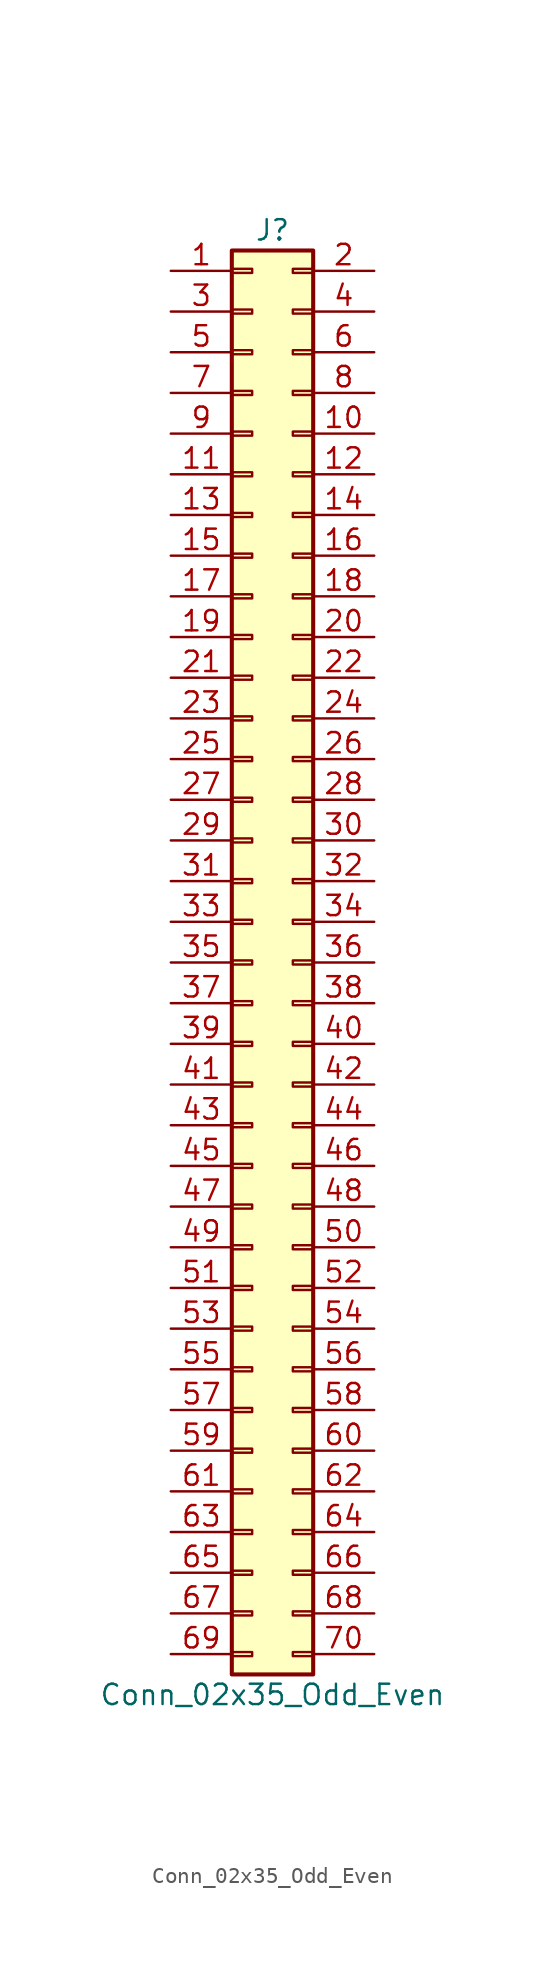
<source format=kicad_sym>
(kicad_symbol_lib
  (version 20211014)
  (generator kicad_symbol_editor)
  (symbol "Conn_02x35_Odd_Even"
    (pin_names
      (offset 1.016) hide)
    (property "Reference" "J"
      (at 1.27 45.72 0)
      (effects (font (size 1.27 1.27))))
    (property "Value" "Conn_02x35_Odd_Even"
      (at 1.27 -45.72 0)
      (effects (font (size 1.27 1.27))))
    (symbol "Conn_02x35_Odd_Even_1_1"
      (rectangle (start -1.27 -43.053) (end 0 -43.307) (stroke (width 0.152) (type default) (color 0 0 0 0)) (fill (type none)))
      (rectangle (start -1.27 -40.513) (end 0 -40.767) (stroke (width 0.152) (type default) (color 0 0 0 0)) (fill (type none)))
      (rectangle (start -1.27 -37.973) (end 0 -38.227) (stroke (width 0.152) (type default) (color 0 0 0 0)) (fill (type none)))
      (rectangle (start -1.27 -35.433) (end 0 -35.687) (stroke (width 0.152) (type default) (color 0 0 0 0)) (fill (type none)))
      (rectangle (start -1.27 -32.893) (end 0 -33.147) (stroke (width 0.152) (type default) (color 0 0 0 0)) (fill (type none)))
      (rectangle (start -1.27 -30.353) (end 0 -30.607) (stroke (width 0.152) (type default) (color 0 0 0 0)) (fill (type none)))
      (rectangle (start -1.27 -27.813) (end 0 -28.067) (stroke (width 0.152) (type default) (color 0 0 0 0)) (fill (type none)))
      (rectangle (start -1.27 -25.273) (end 0 -25.527) (stroke (width 0.152) (type default) (color 0 0 0 0)) (fill (type none)))
      (rectangle (start -1.27 -22.733) (end 0 -22.987) (stroke (width 0.152) (type default) (color 0 0 0 0)) (fill (type none)))
      (rectangle (start -1.27 -20.193) (end 0 -20.447) (stroke (width 0.152) (type default) (color 0 0 0 0)) (fill (type none)))
      (rectangle (start -1.27 -17.653) (end 0 -17.907) (stroke (width 0.152) (type default) (color 0 0 0 0)) (fill (type none)))
      (rectangle (start -1.27 -15.113) (end 0 -15.367) (stroke (width 0.152) (type default) (color 0 0 0 0)) (fill (type none)))
      (rectangle (start -1.27 -12.573) (end 0 -12.827) (stroke (width 0.152) (type default) (color 0 0 0 0)) (fill (type none)))
      (rectangle (start -1.27 -10.033) (end 0 -10.287) (stroke (width 0.152) (type default) (color 0 0 0 0)) (fill (type none)))
      (rectangle (start -1.27 -7.493) (end 0 -7.747) (stroke (width 0.152) (type default) (color 0 0 0 0)) (fill (type none)))
      (rectangle (start -1.27 -4.953) (end 0 -5.207) (stroke (width 0.152) (type default) (color 0 0 0 0)) (fill (type none)))
      (rectangle (start -1.27 -2.413) (end 0 -2.667) (stroke (width 0.152) (type default) (color 0 0 0 0)) (fill (type none)))
      (rectangle (start -1.27 0.127) (end 0 -0.127) (stroke (width 0.152) (type default) (color 0 0 0 0)) (fill (type none)))
      (rectangle (start -1.27 2.667) (end 0 2.413) (stroke (width 0.152) (type default) (color 0 0 0 0)) (fill (type none)))
      (rectangle (start -1.27 5.207) (end 0 4.953) (stroke (width 0.152) (type default) (color 0 0 0 0)) (fill (type none)))
      (rectangle (start -1.27 7.747) (end 0 7.493) (stroke (width 0.152) (type default) (color 0 0 0 0)) (fill (type none)))
      (rectangle (start -1.27 10.287) (end 0 10.033) (stroke (width 0.152) (type default) (color 0 0 0 0)) (fill (type none)))
      (rectangle (start -1.27 12.827) (end 0 12.573) (stroke (width 0.152) (type default) (color 0 0 0 0)) (fill (type none)))
      (rectangle (start -1.27 15.367) (end 0 15.113) (stroke (width 0.152) (type default) (color 0 0 0 0)) (fill (type none)))
      (rectangle (start -1.27 17.907) (end 0 17.653) (stroke (width 0.152) (type default) (color 0 0 0 0)) (fill (type none)))
      (rectangle (start -1.27 20.447) (end 0 20.193) (stroke (width 0.152) (type default) (color 0 0 0 0)) (fill (type none)))
      (rectangle (start -1.27 22.987) (end 0 22.733) (stroke (width 0.152) (type default) (color 0 0 0 0)) (fill (type none)))
      (rectangle (start -1.27 25.527) (end 0 25.273) (stroke (width 0.152) (type default) (color 0 0 0 0)) (fill (type none)))
      (rectangle (start -1.27 28.067) (end 0 27.813) (stroke (width 0.152) (type default) (color 0 0 0 0)) (fill (type none)))
      (rectangle (start -1.27 30.607) (end 0 30.353) (stroke (width 0.152) (type default) (color 0 0 0 0)) (fill (type none)))
      (rectangle (start -1.27 33.147) (end 0 32.893) (stroke (width 0.152) (type default) (color 0 0 0 0)) (fill (type none)))
      (rectangle (start -1.27 35.687) (end 0 35.433) (stroke (width 0.152) (type default) (color 0 0 0 0)) (fill (type none)))
      (rectangle (start -1.27 38.227) (end 0 37.973) (stroke (width 0.152) (type default) (color 0 0 0 0)) (fill (type none)))
      (rectangle (start -1.27 40.767) (end 0 40.513) (stroke (width 0.152) (type default) (color 0 0 0 0)) (fill (type none)))
      (rectangle (start -1.27 43.307) (end 0 43.053) (stroke (width 0.152) (type default) (color 0 0 0 0)) (fill (type none)))
      (rectangle (start -1.27 44.45) (end 3.81 -44.45) (stroke (width 0.254) (type default) (color 0 0 0 0)) (fill (type background)))
      (rectangle (start 3.81 -43.053) (end 2.54 -43.307) (stroke (width 0.152) (type default) (color 0 0 0 0)) (fill (type none)))
      (rectangle (start 3.81 -40.513) (end 2.54 -40.767) (stroke (width 0.152) (type default) (color 0 0 0 0)) (fill (type none)))
      (rectangle (start 3.81 -37.973) (end 2.54 -38.227) (stroke (width 0.152) (type default) (color 0 0 0 0)) (fill (type none)))
      (rectangle (start 3.81 -35.433) (end 2.54 -35.687) (stroke (width 0.152) (type default) (color 0 0 0 0)) (fill (type none)))
      (rectangle (start 3.81 -32.893) (end 2.54 -33.147) (stroke (width 0.152) (type default) (color 0 0 0 0)) (fill (type none)))
      (rectangle (start 3.81 -30.353) (end 2.54 -30.607) (stroke (width 0.152) (type default) (color 0 0 0 0)) (fill (type none)))
      (rectangle (start 3.81 -27.813) (end 2.54 -28.067) (stroke (width 0.152) (type default) (color 0 0 0 0)) (fill (type none)))
      (rectangle (start 3.81 -25.273) (end 2.54 -25.527) (stroke (width 0.152) (type default) (color 0 0 0 0)) (fill (type none)))
      (rectangle (start 3.81 -22.733) (end 2.54 -22.987) (stroke (width 0.152) (type default) (color 0 0 0 0)) (fill (type none)))
      (rectangle (start 3.81 -20.193) (end 2.54 -20.447) (stroke (width 0.152) (type default) (color 0 0 0 0)) (fill (type none)))
      (rectangle (start 3.81 -17.653) (end 2.54 -17.907) (stroke (width 0.152) (type default) (color 0 0 0 0)) (fill (type none)))
      (rectangle (start 3.81 -15.113) (end 2.54 -15.367) (stroke (width 0.152) (type default) (color 0 0 0 0)) (fill (type none)))
      (rectangle (start 3.81 -12.573) (end 2.54 -12.827) (stroke (width 0.152) (type default) (color 0 0 0 0)) (fill (type none)))
      (rectangle (start 3.81 -10.033) (end 2.54 -10.287) (stroke (width 0.152) (type default) (color 0 0 0 0)) (fill (type none)))
      (rectangle (start 3.81 -7.493) (end 2.54 -7.747) (stroke (width 0.152) (type default) (color 0 0 0 0)) (fill (type none)))
      (rectangle (start 3.81 -4.953) (end 2.54 -5.207) (stroke (width 0.152) (type default) (color 0 0 0 0)) (fill (type none)))
      (rectangle (start 3.81 -2.413) (end 2.54 -2.667) (stroke (width 0.152) (type default) (color 0 0 0 0)) (fill (type none)))
      (rectangle (start 3.81 0.127) (end 2.54 -0.127) (stroke (width 0.152) (type default) (color 0 0 0 0)) (fill (type none)))
      (rectangle (start 3.81 2.667) (end 2.54 2.413) (stroke (width 0.152) (type default) (color 0 0 0 0)) (fill (type none)))
      (rectangle (start 3.81 5.207) (end 2.54 4.953) (stroke (width 0.152) (type default) (color 0 0 0 0)) (fill (type none)))
      (rectangle (start 3.81 7.747) (end 2.54 7.493) (stroke (width 0.152) (type default) (color 0 0 0 0)) (fill (type none)))
      (rectangle (start 3.81 10.287) (end 2.54 10.033) (stroke (width 0.152) (type default) (color 0 0 0 0)) (fill (type none)))
      (rectangle (start 3.81 12.827) (end 2.54 12.573) (stroke (width 0.152) (type default) (color 0 0 0 0)) (fill (type none)))
      (rectangle (start 3.81 15.367) (end 2.54 15.113) (stroke (width 0.152) (type default) (color 0 0 0 0)) (fill (type none)))
      (rectangle (start 3.81 17.907) (end 2.54 17.653) (stroke (width 0.152) (type default) (color 0 0 0 0)) (fill (type none)))
      (rectangle (start 3.81 20.447) (end 2.54 20.193) (stroke (width 0.152) (type default) (color 0 0 0 0)) (fill (type none)))
      (rectangle (start 3.81 22.987) (end 2.54 22.733) (stroke (width 0.152) (type default) (color 0 0 0 0)) (fill (type none)))
      (rectangle (start 3.81 25.527) (end 2.54 25.273) (stroke (width 0.152) (type default) (color 0 0 0 0)) (fill (type none)))
      (rectangle (start 3.81 28.067) (end 2.54 27.813) (stroke (width 0.152) (type default) (color 0 0 0 0)) (fill (type none)))
      (rectangle (start 3.81 30.607) (end 2.54 30.353) (stroke (width 0.152) (type default) (color 0 0 0 0)) (fill (type none)))
      (rectangle (start 3.81 33.147) (end 2.54 32.893) (stroke (width 0.152) (type default) (color 0 0 0 0)) (fill (type none)))
      (rectangle (start 3.81 35.687) (end 2.54 35.433) (stroke (width 0.152) (type default) (color 0 0 0 0)) (fill (type none)))
      (rectangle (start 3.81 38.227) (end 2.54 37.973) (stroke (width 0.152) (type default) (color 0 0 0 0)) (fill (type none)))
      (rectangle (start 3.81 40.767) (end 2.54 40.513) (stroke (width 0.152) (type default) (color 0 0 0 0)) (fill (type none)))
      (rectangle (start 3.81 43.307) (end 2.54 43.053) (stroke (width 0.152) (type default) (color 0 0 0 0)) (fill (type none)))
      (pin passive line (at -5.08 43.18 0) (length 3.81) (name "Pin_1" (effects (font (size 1.27 1.27)))) (number "1" (effects (font (size 1.27 1.27)))))
      (pin passive line (at 7.62 33.02 180) (length 3.81) (name "Pin_10" (effects (font (size 1.27 1.27)))) (number "10" (effects (font (size 1.27 1.27)))))
      (pin passive line (at -5.08 30.48 0) (length 3.81) (name "Pin_11" (effects (font (size 1.27 1.27)))) (number "11" (effects (font (size 1.27 1.27)))))
      (pin passive line (at 7.62 30.48 180) (length 3.81) (name "Pin_12" (effects (font (size 1.27 1.27)))) (number "12" (effects (font (size 1.27 1.27)))))
      (pin passive line (at -5.08 27.94 0) (length 3.81) (name "Pin_13" (effects (font (size 1.27 1.27)))) (number "13" (effects (font (size 1.27 1.27)))))
      (pin passive line (at 7.62 27.94 180) (length 3.81) (name "Pin_14" (effects (font (size 1.27 1.27)))) (number "14" (effects (font (size 1.27 1.27)))))
      (pin passive line (at -5.08 25.4 0) (length 3.81) (name "Pin_15" (effects (font (size 1.27 1.27)))) (number "15" (effects (font (size 1.27 1.27)))))
      (pin passive line (at 7.62 25.4 180) (length 3.81) (name "Pin_16" (effects (font (size 1.27 1.27)))) (number "16" (effects (font (size 1.27 1.27)))))
      (pin passive line (at -5.08 22.86 0) (length 3.81) (name "Pin_17" (effects (font (size 1.27 1.27)))) (number "17" (effects (font (size 1.27 1.27)))))
      (pin passive line (at 7.62 22.86 180) (length 3.81) (name "Pin_18" (effects (font (size 1.27 1.27)))) (number "18" (effects (font (size 1.27 1.27)))))
      (pin passive line (at -5.08 20.32 0) (length 3.81) (name "Pin_19" (effects (font (size 1.27 1.27)))) (number "19" (effects (font (size 1.27 1.27)))))
      (pin passive line (at 7.62 43.18 180) (length 3.81) (name "Pin_2" (effects (font (size 1.27 1.27)))) (number "2" (effects (font (size 1.27 1.27)))))
      (pin passive line (at 7.62 20.32 180) (length 3.81) (name "Pin_20" (effects (font (size 1.27 1.27)))) (number "20" (effects (font (size 1.27 1.27)))))
      (pin passive line (at -5.08 17.78 0) (length 3.81) (name "Pin_21" (effects (font (size 1.27 1.27)))) (number "21" (effects (font (size 1.27 1.27)))))
      (pin passive line (at 7.62 17.78 180) (length 3.81) (name "Pin_22" (effects (font (size 1.27 1.27)))) (number "22" (effects (font (size 1.27 1.27)))))
      (pin passive line (at -5.08 15.24 0) (length 3.81) (name "Pin_23" (effects (font (size 1.27 1.27)))) (number "23" (effects (font (size 1.27 1.27)))))
      (pin passive line (at 7.62 15.24 180) (length 3.81) (name "Pin_24" (effects (font (size 1.27 1.27)))) (number "24" (effects (font (size 1.27 1.27)))))
      (pin passive line (at -5.08 12.7 0) (length 3.81) (name "Pin_25" (effects (font (size 1.27 1.27)))) (number "25" (effects (font (size 1.27 1.27)))))
      (pin passive line (at 7.62 12.7 180) (length 3.81) (name "Pin_26" (effects (font (size 1.27 1.27)))) (number "26" (effects (font (size 1.27 1.27)))))
      (pin passive line (at -5.08 10.16 0) (length 3.81) (name "Pin_27" (effects (font (size 1.27 1.27)))) (number "27" (effects (font (size 1.27 1.27)))))
      (pin passive line (at 7.62 10.16 180) (length 3.81) (name "Pin_28" (effects (font (size 1.27 1.27)))) (number "28" (effects (font (size 1.27 1.27)))))
      (pin passive line (at -5.08 7.62 0) (length 3.81) (name "Pin_29" (effects (font (size 1.27 1.27)))) (number "29" (effects (font (size 1.27 1.27)))))
      (pin passive line (at -5.08 40.64 0) (length 3.81) (name "Pin_3" (effects (font (size 1.27 1.27)))) (number "3" (effects (font (size 1.27 1.27)))))
      (pin passive line (at 7.62 7.62 180) (length 3.81) (name "Pin_30" (effects (font (size 1.27 1.27)))) (number "30" (effects (font (size 1.27 1.27)))))
      (pin passive line (at -5.08 5.08 0) (length 3.81) (name "Pin_31" (effects (font (size 1.27 1.27)))) (number "31" (effects (font (size 1.27 1.27)))))
      (pin passive line (at 7.62 5.08 180) (length 3.81) (name "Pin_32" (effects (font (size 1.27 1.27)))) (number "32" (effects (font (size 1.27 1.27)))))
      (pin passive line (at -5.08 2.54 0) (length 3.81) (name "Pin_33" (effects (font (size 1.27 1.27)))) (number "33" (effects (font (size 1.27 1.27)))))
      (pin passive line (at 7.62 2.54 180) (length 3.81) (name "Pin_34" (effects (font (size 1.27 1.27)))) (number "34" (effects (font (size 1.27 1.27)))))
      (pin passive line (at -5.08 0 0) (length 3.81) (name "Pin_35" (effects (font (size 1.27 1.27)))) (number "35" (effects (font (size 1.27 1.27)))))
      (pin passive line (at 7.62 0 180) (length 3.81) (name "Pin_36" (effects (font (size 1.27 1.27)))) (number "36" (effects (font (size 1.27 1.27)))))
      (pin passive line (at -5.08 -2.54 0) (length 3.81) (name "Pin_37" (effects (font (size 1.27 1.27)))) (number "37" (effects (font (size 1.27 1.27)))))
      (pin passive line (at 7.62 -2.54 180) (length 3.81) (name "Pin_38" (effects (font (size 1.27 1.27)))) (number "38" (effects (font (size 1.27 1.27)))))
      (pin passive line (at -5.08 -5.08 0) (length 3.81) (name "Pin_39" (effects (font (size 1.27 1.27)))) (number "39" (effects (font (size 1.27 1.27)))))
      (pin passive line (at 7.62 40.64 180) (length 3.81) (name "Pin_4" (effects (font (size 1.27 1.27)))) (number "4" (effects (font (size 1.27 1.27)))))
      (pin passive line (at 7.62 -5.08 180) (length 3.81) (name "Pin_40" (effects (font (size 1.27 1.27)))) (number "40" (effects (font (size 1.27 1.27)))))
      (pin passive line (at -5.08 -7.62 0) (length 3.81) (name "Pin_41" (effects (font (size 1.27 1.27)))) (number "41" (effects (font (size 1.27 1.27)))))
      (pin passive line (at 7.62 -7.62 180) (length 3.81) (name "Pin_42" (effects (font (size 1.27 1.27)))) (number "42" (effects (font (size 1.27 1.27)))))
      (pin passive line (at -5.08 -10.16 0) (length 3.81) (name "Pin_43" (effects (font (size 1.27 1.27)))) (number "43" (effects (font (size 1.27 1.27)))))
      (pin passive line (at 7.62 -10.16 180) (length 3.81) (name "Pin_44" (effects (font (size 1.27 1.27)))) (number "44" (effects (font (size 1.27 1.27)))))
      (pin passive line (at -5.08 -12.7 0) (length 3.81) (name "Pin_45" (effects (font (size 1.27 1.27)))) (number "45" (effects (font (size 1.27 1.27)))))
      (pin passive line (at 7.62 -12.7 180) (length 3.81) (name "Pin_46" (effects (font (size 1.27 1.27)))) (number "46" (effects (font (size 1.27 1.27)))))
      (pin passive line (at -5.08 -15.24 0) (length 3.81) (name "Pin_47" (effects (font (size 1.27 1.27)))) (number "47" (effects (font (size 1.27 1.27)))))
      (pin passive line (at 7.62 -15.24 180) (length 3.81) (name "Pin_48" (effects (font (size 1.27 1.27)))) (number "48" (effects (font (size 1.27 1.27)))))
      (pin passive line (at -5.08 -17.78 0) (length 3.81) (name "Pin_49" (effects (font (size 1.27 1.27)))) (number "49" (effects (font (size 1.27 1.27)))))
      (pin passive line (at -5.08 38.1 0) (length 3.81) (name "Pin_5" (effects (font (size 1.27 1.27)))) (number "5" (effects (font (size 1.27 1.27)))))
      (pin passive line (at 7.62 -17.78 180) (length 3.81) (name "Pin_50" (effects (font (size 1.27 1.27)))) (number "50" (effects (font (size 1.27 1.27)))))
      (pin passive line (at -5.08 -20.32 0) (length 3.81) (name "Pin_51" (effects (font (size 1.27 1.27)))) (number "51" (effects (font (size 1.27 1.27)))))
      (pin passive line (at 7.62 -20.32 180) (length 3.81) (name "Pin_52" (effects (font (size 1.27 1.27)))) (number "52" (effects (font (size 1.27 1.27)))))
      (pin passive line (at -5.08 -22.86 0) (length 3.81) (name "Pin_53" (effects (font (size 1.27 1.27)))) (number "53" (effects (font (size 1.27 1.27)))))
      (pin passive line (at 7.62 -22.86 180) (length 3.81) (name "Pin_54" (effects (font (size 1.27 1.27)))) (number "54" (effects (font (size 1.27 1.27)))))
      (pin passive line (at -5.08 -25.4 0) (length 3.81) (name "Pin_55" (effects (font (size 1.27 1.27)))) (number "55" (effects (font (size 1.27 1.27)))))
      (pin passive line (at 7.62 -25.4 180) (length 3.81) (name "Pin_56" (effects (font (size 1.27 1.27)))) (number "56" (effects (font (size 1.27 1.27)))))
      (pin passive line (at -5.08 -27.94 0) (length 3.81) (name "Pin_57" (effects (font (size 1.27 1.27)))) (number "57" (effects (font (size 1.27 1.27)))))
      (pin passive line (at 7.62 -27.94 180) (length 3.81) (name "Pin_58" (effects (font (size 1.27 1.27)))) (number "58" (effects (font (size 1.27 1.27)))))
      (pin passive line (at -5.08 -30.48 0) (length 3.81) (name "Pin_59" (effects (font (size 1.27 1.27)))) (number "59" (effects (font (size 1.27 1.27)))))
      (pin passive line (at 7.62 38.1 180) (length 3.81) (name "Pin_6" (effects (font (size 1.27 1.27)))) (number "6" (effects (font (size 1.27 1.27)))))
      (pin passive line (at 7.62 -30.48 180) (length 3.81) (name "Pin_60" (effects (font (size 1.27 1.27)))) (number "60" (effects (font (size 1.27 1.27)))))
      (pin passive line (at -5.08 -33.02 0) (length 3.81) (name "Pin_61" (effects (font (size 1.27 1.27)))) (number "61" (effects (font (size 1.27 1.27)))))
      (pin passive line (at 7.62 -33.02 180) (length 3.81) (name "Pin_62" (effects (font (size 1.27 1.27)))) (number "62" (effects (font (size 1.27 1.27)))))
      (pin passive line (at -5.08 -35.56 0) (length 3.81) (name "Pin_63" (effects (font (size 1.27 1.27)))) (number "63" (effects (font (size 1.27 1.27)))))
      (pin passive line (at 7.62 -35.56 180) (length 3.81) (name "Pin_64" (effects (font (size 1.27 1.27)))) (number "64" (effects (font (size 1.27 1.27)))))
      (pin passive line (at -5.08 -38.1 0) (length 3.81) (name "Pin_65" (effects (font (size 1.27 1.27)))) (number "65" (effects (font (size 1.27 1.27)))))
      (pin passive line (at 7.62 -38.1 180) (length 3.81) (name "Pin_66" (effects (font (size 1.27 1.27)))) (number "66" (effects (font (size 1.27 1.27)))))
      (pin passive line (at -5.08 -40.64 0) (length 3.81) (name "Pin_67" (effects (font (size 1.27 1.27)))) (number "67" (effects (font (size 1.27 1.27)))))
      (pin passive line (at 7.62 -40.64 180) (length 3.81) (name "Pin_68" (effects (font (size 1.27 1.27)))) (number "68" (effects (font (size 1.27 1.27)))))
      (pin passive line (at -5.08 -43.18 0) (length 3.81) (name "Pin_69" (effects (font (size 1.27 1.27)))) (number "69" (effects (font (size 1.27 1.27)))))
      (pin passive line (at -5.08 35.56 0) (length 3.81) (name "Pin_7" (effects (font (size 1.27 1.27)))) (number "7" (effects (font (size 1.27 1.27)))))
      (pin passive line (at 7.62 -43.18 180) (length 3.81) (name "Pin_70" (effects (font (size 1.27 1.27)))) (number "70" (effects (font (size 1.27 1.27)))))
      (pin passive line (at 7.62 35.56 180) (length 3.81) (name "Pin_8" (effects (font (size 1.27 1.27)))) (number "8" (effects (font (size 1.27 1.27)))))
      (pin passive line (at -5.08 33.02 0) (length 3.81) (name "Pin_9" (effects (font (size 1.27 1.27)))) (number "9" (effects (font (size 1.27 1.27))))))))
</source>
